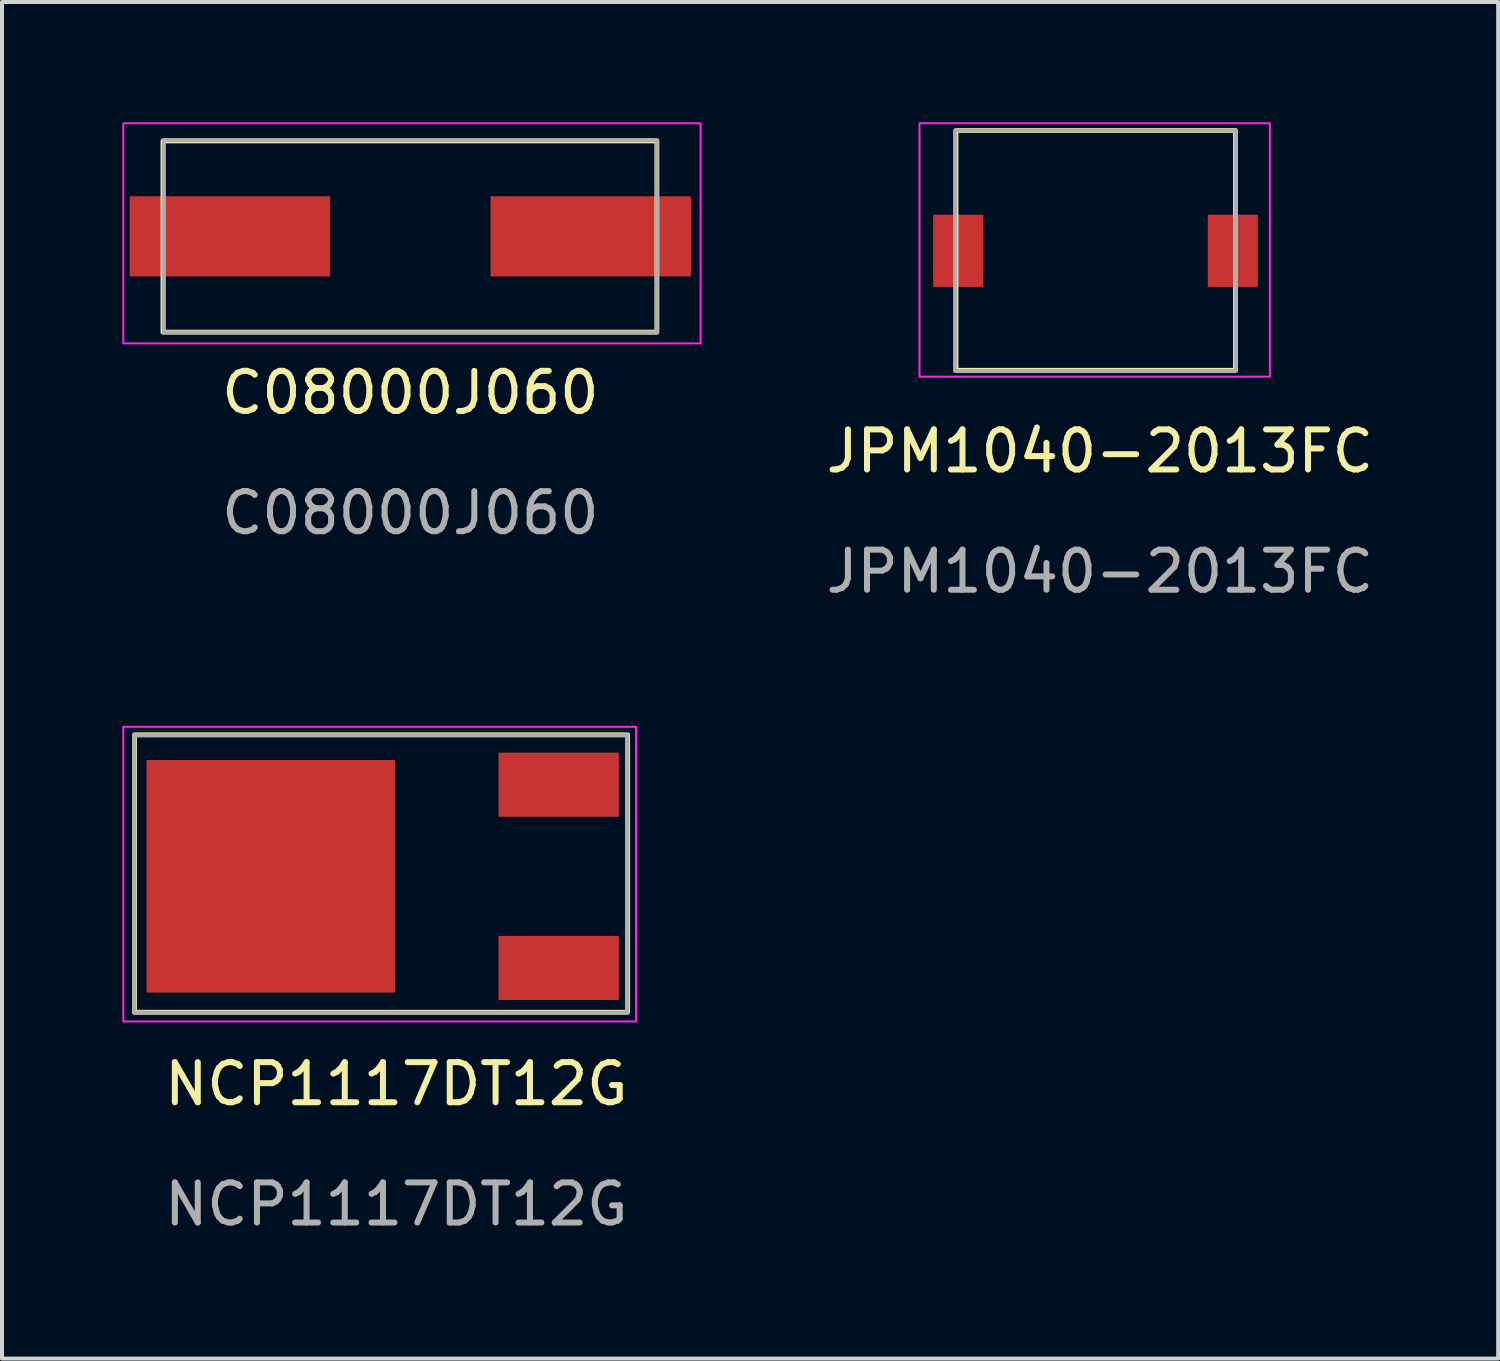
<source format=kicad_pcb>
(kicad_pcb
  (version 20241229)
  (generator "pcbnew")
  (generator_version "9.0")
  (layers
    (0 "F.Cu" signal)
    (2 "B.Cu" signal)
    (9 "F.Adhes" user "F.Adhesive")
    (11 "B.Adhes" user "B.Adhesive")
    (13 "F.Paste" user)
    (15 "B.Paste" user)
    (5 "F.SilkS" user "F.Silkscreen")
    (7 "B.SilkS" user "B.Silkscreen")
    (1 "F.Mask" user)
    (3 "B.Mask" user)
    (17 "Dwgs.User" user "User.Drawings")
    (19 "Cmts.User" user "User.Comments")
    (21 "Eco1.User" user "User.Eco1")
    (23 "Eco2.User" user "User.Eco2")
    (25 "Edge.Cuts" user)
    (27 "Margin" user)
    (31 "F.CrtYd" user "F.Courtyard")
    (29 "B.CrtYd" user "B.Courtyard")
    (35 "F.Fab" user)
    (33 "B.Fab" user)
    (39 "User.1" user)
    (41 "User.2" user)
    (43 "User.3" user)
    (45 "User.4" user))
  (footprint "NCP1117DT12G"
    (layer "F.Cu")
    (at 6.805 18.808)
    (property "Reference" "NCP1117DT12G" (at 0.03 5.18 0) (unlocked yes) (layer "F.SilkS") (effects (font (size 1 1) (thickness 0.15))))
    (attr smd)
    (fp_rect (start -6.5 -3.53) (end 5.8 3.39) (stroke (width 0.12) (type solid)) (fill no) (layer "F.SilkS"))
    (fp_rect (start 6.01 -3.73) (end -6.78 3.62) (stroke (width 0.05) (type solid)) (fill no) (layer "F.CrtYd"))
    (fp_rect (start -6.51 -3.52) (end 5.79 3.4) (stroke (width 0.1) (type solid)) (fill no) (layer "F.Fab"))
    (fp_text user "${REFERENCE}" (at 0.03 8.18 0) (unlocked yes) (layer "F.Fab") (effects (font (size 1 1) (thickness 0.15))))
    (pad "1" smd rect (at 4.08 2.285) (size 3 1.6) (layers "F.Cu" "F.Mask" "F.Paste"))
    (pad "3" smd rect (at 4.08 -2.285) (size 3 1.6) (layers "F.Cu" "F.Mask" "F.Paste"))
    (pad "4" smd rect (at -3.1 0) (size 6.2 5.8) (layers "F.Cu" "F.Mask" "F.Paste")))
  (footprint "C08000J060"
    (layer "F.Cu")
    (at 7.185 2.845)
    (property "Reference" "C08000J060" (at 0 3.9 0) (unlocked yes) (layer "F.SilkS") (effects (font (size 1 1) (thickness 0.15))))
    (attr smd)
    (fp_rect (start -6.17 -2.38) (end 6.15 2.39) (stroke (width 0.12) (type solid)) (fill no) (layer "F.SilkS"))
    (fp_rect (start 7.24 -2.82) (end -7.16 2.67) (stroke (width 0.05) (type solid)) (fill no) (layer "F.CrtYd"))
    (fp_rect (start -6.15 -2.4) (end 6.15 2.4) (stroke (width 0.1) (type solid)) (fill no) (layer "F.Fab"))
    (fp_text user "${REFERENCE}" (at 0 6.9 0) (unlocked yes) (layer "F.Fab") (effects (font (size 1 1) (thickness 0.15))))
    (pad "1" smd rect (at -4.5 0) (size 5 2) (layers "F.Cu" "F.Mask" "F.Paste"))
    (pad "2" smd rect (at 4.5 0) (size 5 2) (layers "F.Cu" "F.Mask" "F.Paste")))
  (footprint "JPM1040-2013FC"
    (layer "F.Cu")
    (at 24.275 3.205)
    (property "Reference" "JPM1040-2013FC" (at 0.11 5 0) (unlocked yes) (layer "F.SilkS") (effects (font (size 1 1) (thickness 0.15))))
    (attr smd)
    (fp_rect (start -3.48 -3) (end 3.49 2.98) (stroke (width 0.12) (type solid)) (fill no) (layer "F.SilkS"))
    (fp_rect (start 4.35 3.14) (end -4.39 -3.18) (stroke (width 0.05) (type solid)) (fill no) (layer "F.CrtYd"))
    (fp_rect (start -3.5 -3) (end 3.5 3) (stroke (width 0.1) (type solid)) (fill no) (layer "F.Fab"))
    (fp_text user "${REFERENCE}" (at 0.11 8 0) (unlocked yes) (layer "F.Fab") (effects (font (size 1 1) (thickness 0.15))))
    (pad "1" smd rect (at -3.425 0) (size 1.25 1.8) (layers "F.Cu" "F.Mask" "F.Paste"))
    (pad "2" smd rect (at 3.425 0) (size 1.25 1.8) (layers "F.Cu" "F.Mask" "F.Paste")))
  (gr_rect
    (start -3 -3)
    (end 34.319 30.837)
    (stroke (width 0.1) (type default))
    (fill no)
    (layer "Edge.Cuts")))
</source>
